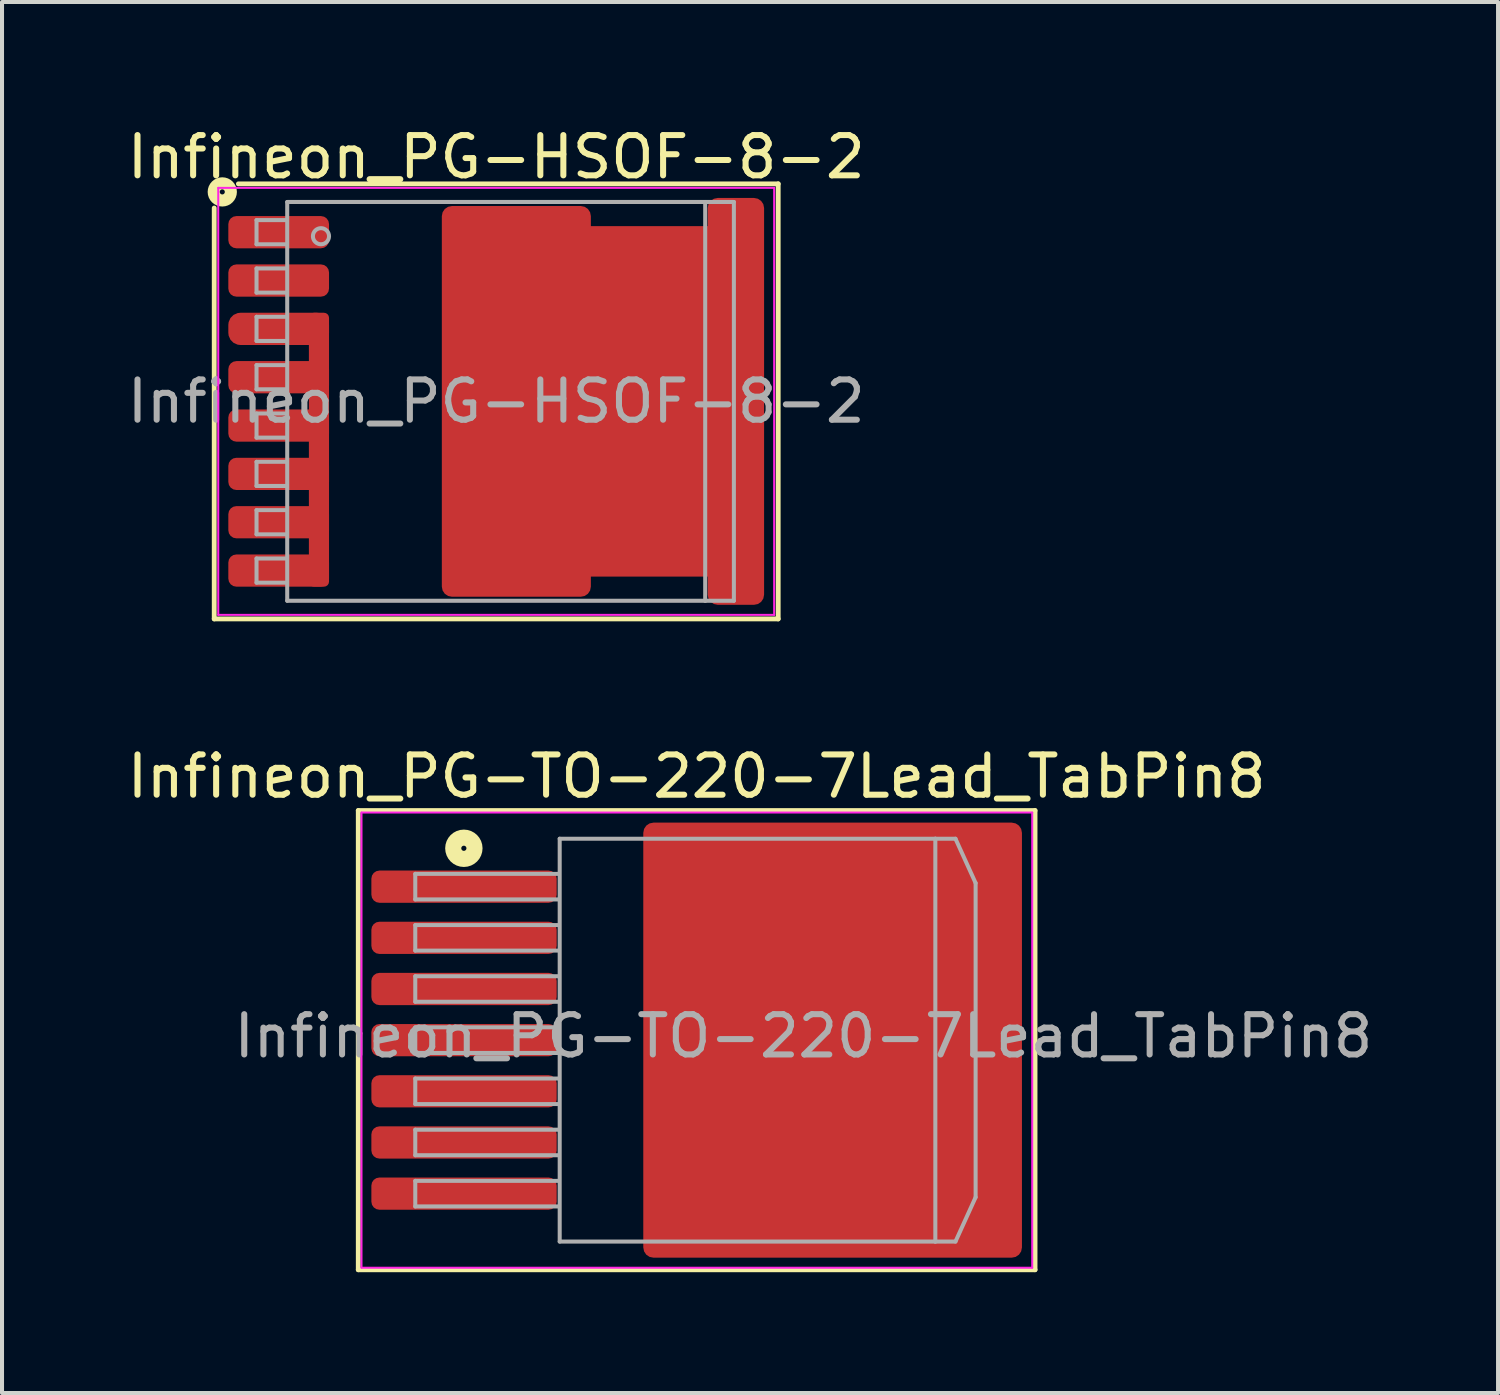
<source format=kicad_pcb>
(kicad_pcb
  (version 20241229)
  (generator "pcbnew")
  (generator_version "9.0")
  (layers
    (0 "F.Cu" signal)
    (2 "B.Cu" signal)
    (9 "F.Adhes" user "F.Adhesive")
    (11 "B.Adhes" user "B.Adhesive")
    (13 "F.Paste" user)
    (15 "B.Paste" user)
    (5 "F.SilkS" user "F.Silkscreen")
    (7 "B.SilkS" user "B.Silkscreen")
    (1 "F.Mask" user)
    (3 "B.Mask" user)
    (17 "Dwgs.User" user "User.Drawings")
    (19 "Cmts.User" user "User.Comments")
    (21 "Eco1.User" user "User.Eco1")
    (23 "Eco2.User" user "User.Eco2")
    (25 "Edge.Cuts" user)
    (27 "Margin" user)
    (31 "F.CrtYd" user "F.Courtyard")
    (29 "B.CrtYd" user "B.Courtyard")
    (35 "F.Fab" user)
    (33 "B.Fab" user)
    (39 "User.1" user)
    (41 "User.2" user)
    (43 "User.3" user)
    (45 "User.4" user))
  (footprint "Infineon_PG-TO-220-7Lead_TabPin8"
    (layer "F.Cu")
    (at 14.244 22.771)
    (property "Reference" "Infineon_PG-TO-220-7Lead_TabPin8" (at 0 -6.548 0) (layer "F.SilkS") (effects (font (size 1 1) (thickness 0.15))))
    (attr smd)
    (fp_line (start -8.4 -5.7) (end -8.4 5.7) (stroke (width 0.12) (type solid)) (layer "F.SilkS"))
    (fp_line (start -8.4 5.7) (end 8.4 5.7) (stroke (width 0.12) (type solid)) (layer "F.SilkS"))
    (fp_line (start 8.4 -5.7) (end -8.4 -5.7) (stroke (width 0.12) (type solid)) (layer "F.SilkS"))
    (fp_line (start 8.4 5.7) (end 8.4 -5.7) (stroke (width 0.12) (type solid)) (layer "F.SilkS"))
    (fp_circle (center -5.779 -4.763) (end -5.715 -4.763) (stroke (width 0.4) (type solid)) (fill no) (layer "F.SilkS"))
    (fp_line (start -8.32 -5.65) (end -8.32 5.65) (stroke (width 0.05) (type solid)) (layer "F.CrtYd"))
    (fp_line (start -8.32 -5.65) (end 8.33 -5.65) (stroke (width 0.05) (type solid)) (layer "F.CrtYd"))
    (fp_line (start 8.33 5.65) (end -8.32 5.65) (stroke (width 0.05) (type solid)) (layer "F.CrtYd"))
    (fp_line (start 8.33 5.65) (end 8.33 -5.65) (stroke (width 0.05) (type solid)) (layer "F.CrtYd"))
    (fp_line (start -6.985 -4.128) (end -6.985 -3.493) (stroke (width 0.1) (type solid)) (layer "F.Fab"))
    (fp_line (start -6.985 -4.128) (end -3.429 -4.128) (stroke (width 0.1) (type solid)) (layer "F.Fab"))
    (fp_line (start -6.985 -3.493) (end -3.429 -3.493) (stroke (width 0.1) (type solid)) (layer "F.Fab"))
    (fp_line (start -6.985 -2.857) (end -6.985 -2.223) (stroke (width 0.1) (type solid)) (layer "F.Fab"))
    (fp_line (start -6.985 -2.857) (end -3.429 -2.857) (stroke (width 0.1) (type solid)) (layer "F.Fab"))
    (fp_line (start -6.985 -2.223) (end -3.429 -2.223) (stroke (width 0.1) (type solid)) (layer "F.Fab"))
    (fp_line (start -6.985 -1.587) (end -6.985 -0.953) (stroke (width 0.1) (type solid)) (layer "F.Fab"))
    (fp_line (start -6.985 -1.587) (end -3.429 -1.587) (stroke (width 0.1) (type solid)) (layer "F.Fab"))
    (fp_line (start -6.985 -0.953) (end -3.429 -0.953) (stroke (width 0.1) (type solid)) (layer "F.Fab"))
    (fp_line (start -6.985 -0.318) (end -6.985 0.318) (stroke (width 0.1) (type solid)) (layer "F.Fab"))
    (fp_line (start -6.985 -0.318) (end -3.429 -0.318) (stroke (width 0.1) (type solid)) (layer "F.Fab"))
    (fp_line (start -6.985 0.318) (end -3.429 0.318) (stroke (width 0.1) (type solid)) (layer "F.Fab"))
    (fp_line (start -6.985 0.953) (end -6.985 1.587) (stroke (width 0.1) (type solid)) (layer "F.Fab"))
    (fp_line (start -6.985 0.953) (end -3.429 0.953) (stroke (width 0.1) (type solid)) (layer "F.Fab"))
    (fp_line (start -6.985 1.587) (end -3.429 1.587) (stroke (width 0.1) (type solid)) (layer "F.Fab"))
    (fp_line (start -6.985 2.223) (end -6.985 2.857) (stroke (width 0.1) (type solid)) (layer "F.Fab"))
    (fp_line (start -6.985 2.223) (end -3.429 2.223) (stroke (width 0.1) (type solid)) (layer "F.Fab"))
    (fp_line (start -6.985 2.857) (end -3.429 2.857) (stroke (width 0.1) (type solid)) (layer "F.Fab"))
    (fp_line (start -6.985 3.493) (end -6.985 4.128) (stroke (width 0.1) (type solid)) (layer "F.Fab"))
    (fp_line (start -6.985 3.493) (end -3.429 3.493) (stroke (width 0.1) (type solid)) (layer "F.Fab"))
    (fp_line (start -6.985 4.128) (end -3.429 4.128) (stroke (width 0.1) (type solid)) (layer "F.Fab"))
    (fp_line (start -3.4 -5) (end -3.4 5) (stroke (width 0.1) (type solid)) (layer "F.Fab"))
    (fp_line (start -3.4 -5) (end 5.925 -5) (stroke (width 0.1) (type solid)) (layer "F.Fab"))
    (fp_line (start -3.4 5) (end 5.925 5) (stroke (width 0.1) (type solid)) (layer "F.Fab"))
    (fp_line (start 5.925 -5) (end 5.925 5) (stroke (width 0.1) (type solid)) (layer "F.Fab"))
    (fp_line (start 5.925 -5) (end 6.425 -5) (stroke (width 0.1) (type solid)) (layer "F.Fab"))
    (fp_line (start 5.925 5) (end 6.425 5) (stroke (width 0.1) (type solid)) (layer "F.Fab"))
    (fp_line (start 6.425 -5) (end 6.925 -3.9) (stroke (width 0.1) (type solid)) (layer "F.Fab"))
    (fp_line (start 6.425 5) (end 6.925 3.9) (stroke (width 0.1) (type solid)) (layer "F.Fab"))
    (fp_line (start 6.925 -3.9) (end 6.925 3.9) (stroke (width 0.1) (type solid)) (layer "F.Fab"))
    (fp_text user "${REFERENCE}" (at 2.65 -0.1 0) (layer "F.Fab") (effects (font (size 1 1) (thickness 0.15))))
    (pad "" smd roundrect (at -0.1 -3.9) (size 2 2.3) (layers "F.Paste") (roundrect_rratio 0.125))
    (pad "" smd roundrect (at -0.1 -1.3) (size 2 2.3) (layers "F.Paste") (roundrect_rratio 0.125))
    (pad "" smd roundrect (at -0.1 1.3) (size 2 2.3) (layers "F.Paste") (roundrect_rratio 0.125))
    (pad "" smd roundrect (at -0.1 3.9) (size 2 2.3) (layers "F.Paste") (roundrect_rratio 0.125))
    (pad "" smd roundrect (at 2.2 -3.9) (size 2 2.3) (layers "F.Paste") (roundrect_rratio 0.125))
    (pad "" smd roundrect (at 2.2 -1.3) (size 2 2.3) (layers "F.Paste") (roundrect_rratio 0.125))
    (pad "" smd roundrect (at 2.2 1.3) (size 2 2.3) (layers "F.Paste") (roundrect_rratio 0.125))
    (pad "" smd roundrect (at 2.2 3.9) (size 2 2.3) (layers "F.Paste") (roundrect_rratio 0.125))
    (pad "" smd roundrect (at 4.5 -3.9) (size 2 2.3) (layers "F.Paste") (roundrect_rratio 0.125))
    (pad "" smd roundrect (at 4.5 -1.3) (size 2 2.3) (layers "F.Paste") (roundrect_rratio 0.125))
    (pad "" smd roundrect (at 4.5 1.3) (size 2 2.3) (layers "F.Paste") (roundrect_rratio 0.125))
    (pad "" smd roundrect (at 4.5 3.9) (size 2 2.3) (layers "F.Paste") (roundrect_rratio 0.125))
    (pad "" smd roundrect (at 6.8 -3.9) (size 2 2.3) (layers "F.Paste") (roundrect_rratio 0.125))
    (pad "" smd roundrect (at 6.8 -1.3) (size 2 2.3) (layers "F.Paste") (roundrect_rratio 0.125))
    (pad "" smd roundrect (at 6.8 1.3) (size 2 2.3) (layers "F.Paste") (roundrect_rratio 0.125))
    (pad "" smd roundrect (at 6.8 3.9) (size 2 2.3) (layers "F.Paste") (roundrect_rratio 0.125))
    (pad "1" smd roundrect (at -5.775 -3.81) (size 4.6 0.8) (layers "F.Cu" "F.Mask" "F.Paste") (roundrect_rratio 0.25))
    (pad "2" smd roundrect (at -5.775 -2.54) (size 4.6 0.8) (layers "F.Cu" "F.Mask" "F.Paste") (roundrect_rratio 0.25))
    (pad "3" smd roundrect (at -5.775 -1.27) (size 4.6 0.8) (layers "F.Cu" "F.Mask" "F.Paste") (roundrect_rratio 0.25))
    (pad "4" smd roundrect (at -5.775 0) (size 4.6 0.8) (layers "F.Cu" "F.Mask" "F.Paste") (roundrect_rratio 0.25))
    (pad "5" smd roundrect (at -5.775 1.27) (size 4.6 0.8) (layers "F.Cu" "F.Mask" "F.Paste") (roundrect_rratio 0.25))
    (pad "6" smd roundrect (at -5.775 2.54) (size 4.6 0.8) (layers "F.Cu" "F.Mask" "F.Paste") (roundrect_rratio 0.25))
    (pad "7" smd roundrect (at -5.775 3.81) (size 4.6 0.8) (layers "F.Cu" "F.Mask" "F.Paste") (roundrect_rratio 0.25))
    (pad "8" smd roundrect (at 3.375 0) (size 9.4 10.8) (layers "F.Cu" "F.Mask") (roundrect_rratio 0.027)))
  (footprint "Infineon_PG-HSOF-8-2"
    (layer "F.Cu")
    (at 9.268 6.914)
    (property "Reference" "Infineon_PG-HSOF-8-2" (at 0 -6.066 0) (layer "F.SilkS") (effects (font (size 1 1) (thickness 0.15))))
    (attr smd)
    (fp_line (start -7 -4.8) (end -7 5.4) (stroke (width 0.12) (type solid)) (layer "F.SilkS"))
    (fp_line (start -7 5.4) (end 7 5.4) (stroke (width 0.12) (type solid)) (layer "F.SilkS"))
    (fp_line (start 7 -5.4) (end -6.4 -5.4) (stroke (width 0.12) (type solid)) (layer "F.SilkS"))
    (fp_line (start 7 5.4) (end 7 -5.4) (stroke (width 0.12) (type solid)) (layer "F.SilkS"))
    (fp_circle (center -6.8 -5.2) (end -6.737 -5.2) (stroke (width 0.3) (type solid)) (fill no) (layer "F.SilkS"))
    (fp_line (start -6.9 5.3) (end -6.9 -5.3) (stroke (width 0.05) (type solid)) (layer "F.CrtYd"))
    (fp_line (start -6.9 5.3) (end 6.9 5.3) (stroke (width 0.05) (type solid)) (layer "F.CrtYd"))
    (fp_line (start 6.9 -5.3) (end -6.9 -5.3) (stroke (width 0.05) (type solid)) (layer "F.CrtYd"))
    (fp_line (start 6.9 -5.3) (end 6.9 5.3) (stroke (width 0.05) (type solid)) (layer "F.CrtYd"))
    (fp_line (start -5.95 -4.5) (end -5.95 -3.9) (stroke (width 0.1) (type solid)) (layer "F.Fab"))
    (fp_line (start -5.95 -4.5) (end -5.2 -4.5) (stroke (width 0.1) (type solid)) (layer "F.Fab"))
    (fp_line (start -5.95 -3.9) (end -5.2 -3.9) (stroke (width 0.1) (type solid)) (layer "F.Fab"))
    (fp_line (start -5.95 -3.3) (end -5.95 -2.7) (stroke (width 0.1) (type solid)) (layer "F.Fab"))
    (fp_line (start -5.95 -3.3) (end -5.2 -3.3) (stroke (width 0.1) (type solid)) (layer "F.Fab"))
    (fp_line (start -5.95 -2.7) (end -5.2 -2.7) (stroke (width 0.1) (type solid)) (layer "F.Fab"))
    (fp_line (start -5.95 -2.1) (end -5.95 -1.5) (stroke (width 0.1) (type solid)) (layer "F.Fab"))
    (fp_line (start -5.95 -2.1) (end -5.2 -2.1) (stroke (width 0.1) (type solid)) (layer "F.Fab"))
    (fp_line (start -5.95 -1.5) (end -5.2 -1.5) (stroke (width 0.1) (type solid)) (layer "F.Fab"))
    (fp_line (start -5.95 -0.9) (end -5.95 -0.3) (stroke (width 0.1) (type solid)) (layer "F.Fab"))
    (fp_line (start -5.95 -0.9) (end -5.2 -0.9) (stroke (width 0.1) (type solid)) (layer "F.Fab"))
    (fp_line (start -5.95 -0.3) (end -5.2 -0.3) (stroke (width 0.1) (type solid)) (layer "F.Fab"))
    (fp_line (start -5.95 0.3) (end -5.95 0.9) (stroke (width 0.1) (type solid)) (layer "F.Fab"))
    (fp_line (start -5.95 0.3) (end -5.2 0.3) (stroke (width 0.1) (type solid)) (layer "F.Fab"))
    (fp_line (start -5.95 0.9) (end -5.2 0.9) (stroke (width 0.1) (type solid)) (layer "F.Fab"))
    (fp_line (start -5.95 1.5) (end -5.95 2.1) (stroke (width 0.1) (type solid)) (layer "F.Fab"))
    (fp_line (start -5.95 1.5) (end -5.2 1.5) (stroke (width 0.1) (type solid)) (layer "F.Fab"))
    (fp_line (start -5.95 2.1) (end -5.2 2.1) (stroke (width 0.1) (type solid)) (layer "F.Fab"))
    (fp_line (start -5.95 2.7) (end -5.95 3.3) (stroke (width 0.1) (type solid)) (layer "F.Fab"))
    (fp_line (start -5.95 2.7) (end -5.2 2.7) (stroke (width 0.1) (type solid)) (layer "F.Fab"))
    (fp_line (start -5.95 3.3) (end -5.2 3.3) (stroke (width 0.1) (type solid)) (layer "F.Fab"))
    (fp_line (start -5.95 3.9) (end -5.95 4.5) (stroke (width 0.1) (type solid)) (layer "F.Fab"))
    (fp_line (start -5.95 3.9) (end -5.2 3.9) (stroke (width 0.1) (type solid)) (layer "F.Fab"))
    (fp_line (start -5.95 4.5) (end -5.2 4.5) (stroke (width 0.1) (type solid)) (layer "F.Fab"))
    (fp_line (start -5.188 -4.95) (end 5.188 -4.95) (stroke (width 0.1) (type solid)) (layer "F.Fab"))
    (fp_line (start -5.188 4.95) (end -5.188 -4.95) (stroke (width 0.1) (type solid)) (layer "F.Fab"))
    (fp_line (start 5.188 -4.95) (end 5.188 4.95) (stroke (width 0.1) (type solid)) (layer "F.Fab"))
    (fp_line (start 5.188 -4.95) (end 5.9 -4.95) (stroke (width 0.1) (type solid)) (layer "F.Fab"))
    (fp_line (start 5.188 4.95) (end -5.188 4.95) (stroke (width 0.1) (type solid)) (layer "F.Fab"))
    (fp_line (start 5.9 -4.95) (end 5.9 4.95) (stroke (width 0.1) (type solid)) (layer "F.Fab"))
    (fp_line (start 5.9 4.95) (end 5.188 4.95) (stroke (width 0.1) (type solid)) (layer "F.Fab"))
    (fp_circle (center -4.35 -4.1) (end -4.15 -4.1) (stroke (width 0.1) (type solid)) (fill no) (layer "F.Fab"))
    (fp_text user "${REFERENCE}" (at 0 0 0) (layer "F.Fab") (effects (font (size 1 1) (thickness 0.15))))
    (pad "" smd roundrect (at -0.4 -3.7 90) (size 1.7 1.5) (layers "F.Paste") (roundrect_rratio 0.25))
    (pad "" smd roundrect (at -0.4 -1.8 90) (size 1.5 1.5) (layers "F.Paste") (roundrect_rratio 0.25))
    (pad "" smd roundrect (at -0.4 0 90) (size 1.5 1.5) (layers "F.Paste") (roundrect_rratio 0.25))
    (pad "" smd roundrect (at -0.4 1.8 90) (size 1.5 1.5) (layers "F.Paste") (roundrect_rratio 0.25))
    (pad "" smd roundrect (at -0.4 3.7 90) (size 1.7 1.5) (layers "F.Paste") (roundrect_rratio 0.25))
    (pad "" smd circle (at 1.15 1.8) (size 1 1) (layers "F.Paste"))
    (pad "" smd roundrect (at 1.4 -3.7 90) (size 1.7 1.5) (layers "F.Paste") (roundrect_rratio 0.25))
    (pad "" smd roundrect (at 1.4 -1.8 90) (size 1.5 1.5) (layers "F.Paste") (roundrect_rratio 0.25))
    (pad "" smd roundrect (at 1.4 0 90) (size 1.5 1.5) (layers "F.Paste") (roundrect_rratio 0.25))
    (pad "" smd roundrect (at 1.4 1.8 90) (size 1.5 1.5) (layers "F.Paste") (roundrect_rratio 0.25))
    (pad "" smd roundrect (at 1.4 3.7 90) (size 1.7 1.5) (layers "F.Paste") (roundrect_rratio 0.25))
    (pad "" smd roundrect (at 3.2 -3.5 90) (size 1.3 1.5) (layers "F.Paste") (roundrect_rratio 0.25))
    (pad "" smd roundrect (at 3.2 -1.8 90) (size 1.5 1.5) (layers "F.Paste") (roundrect_rratio 0.25))
    (pad "" smd roundrect (at 3.2 0 90) (size 1.5 1.5) (layers "F.Paste") (roundrect_rratio 0.25))
    (pad "" smd roundrect (at 3.2 1.8 90) (size 1.5 1.5) (layers "F.Paste") (roundrect_rratio 0.25))
    (pad "" smd roundrect (at 3.2 3.5 90) (size 1.3 1.5) (layers "F.Paste") (roundrect_rratio 0.25))
    (pad "" smd roundrect (at 5.2 -3.5 90) (size 1.3 1.9) (layers "F.Paste") (roundrect_rratio 0.25))
    (pad "" smd roundrect (at 5.2 -1.8 90) (size 1.5 1.9) (layers "F.Paste") (roundrect_rratio 0.25))
    (pad "" smd roundrect (at 5.2 0 90) (size 1.5 1.9) (layers "F.Paste") (roundrect_rratio 0.25))
    (pad "" smd roundrect (at 5.2 1.8 90) (size 1.5 1.9) (layers "F.Paste") (roundrect_rratio 0.25))
    (pad "" smd roundrect (at 5.2 3.5 90) (size 1.3 1.9) (layers "F.Paste") (roundrect_rratio 0.25))
    (pad "" smd roundrect (at 5.8 -4.6 90) (size 0.5 0.8) (layers "F.Paste") (roundrect_rratio 0.25))
    (pad "" smd roundrect (at 5.8 4.6 90) (size 0.5 0.8) (layers "F.Paste") (roundrect_rratio 0.25))
    (pad "1" smd roundrect (at -5.4 -4.2) (size 2.5 0.8) (layers "F.Cu" "F.Mask" "F.Paste") (roundrect_rratio 0.25))
    (pad "2" smd roundrect (at -5.4 -3) (size 2.5 0.8) (layers "F.Cu" "F.Mask" "F.Paste") (roundrect_rratio 0.25))
    (pad "3" smd roundrect (at -5.4 -1.8) (size 2.5 0.8) (layers "F.Cu" "F.Mask" "F.Paste") (roundrect_rratio 0.375))
    (pad "3" smd roundrect (at -5.4 -0.6) (size 2.5 0.8) (layers "F.Cu" "F.Mask" "F.Paste") (roundrect_rratio 0.25))
    (pad "3" smd roundrect (at -5.4 0.6) (size 2.5 0.8) (layers "F.Cu" "F.Mask" "F.Paste") (roundrect_rratio 0.25))
    (pad "3" smd roundrect (at -5.4 1.8) (size 2.5 0.8) (layers "F.Cu" "F.Mask" "F.Paste") (roundrect_rratio 0.25))
    (pad "3" smd roundrect (at -5.4 3) (size 2.5 0.8) (layers "F.Cu" "F.Mask" "F.Paste") (roundrect_rratio 0.25))
    (pad "3" smd roundrect (at -5.4 4.2) (size 2.5 0.8) (layers "F.Cu" "F.Mask" "F.Paste") (roundrect_rratio 0.25))
    (pad "3" smd roundrect (at -4.4 1.2 90) (size 6.8 0.5) (layers "F.Cu" "F.Mask") (roundrect_rratio 0.25))
    (pad "4" smd roundrect (at 0.5 0 90) (size 9.7 3.7) (layers "F.Cu" "F.Mask") (roundrect_rratio 0.068))
    (pad "4" smd roundrect (at 3.8 0 90) (size 8.7 4) (layers "F.Cu" "F.Mask") (roundrect_rratio 0.05))
    (pad "4" smd roundrect (at 5.95 0 90) (size 10.1 1.4) (layers "F.Cu" "F.Mask") (roundrect_rratio 0.179)))
  (gr_rect
    (start -3 -3)
    (end 34.138 31.531)
    (stroke (width 0.1) (type default))
    (fill no)
    (layer "Edge.Cuts")))
</source>
